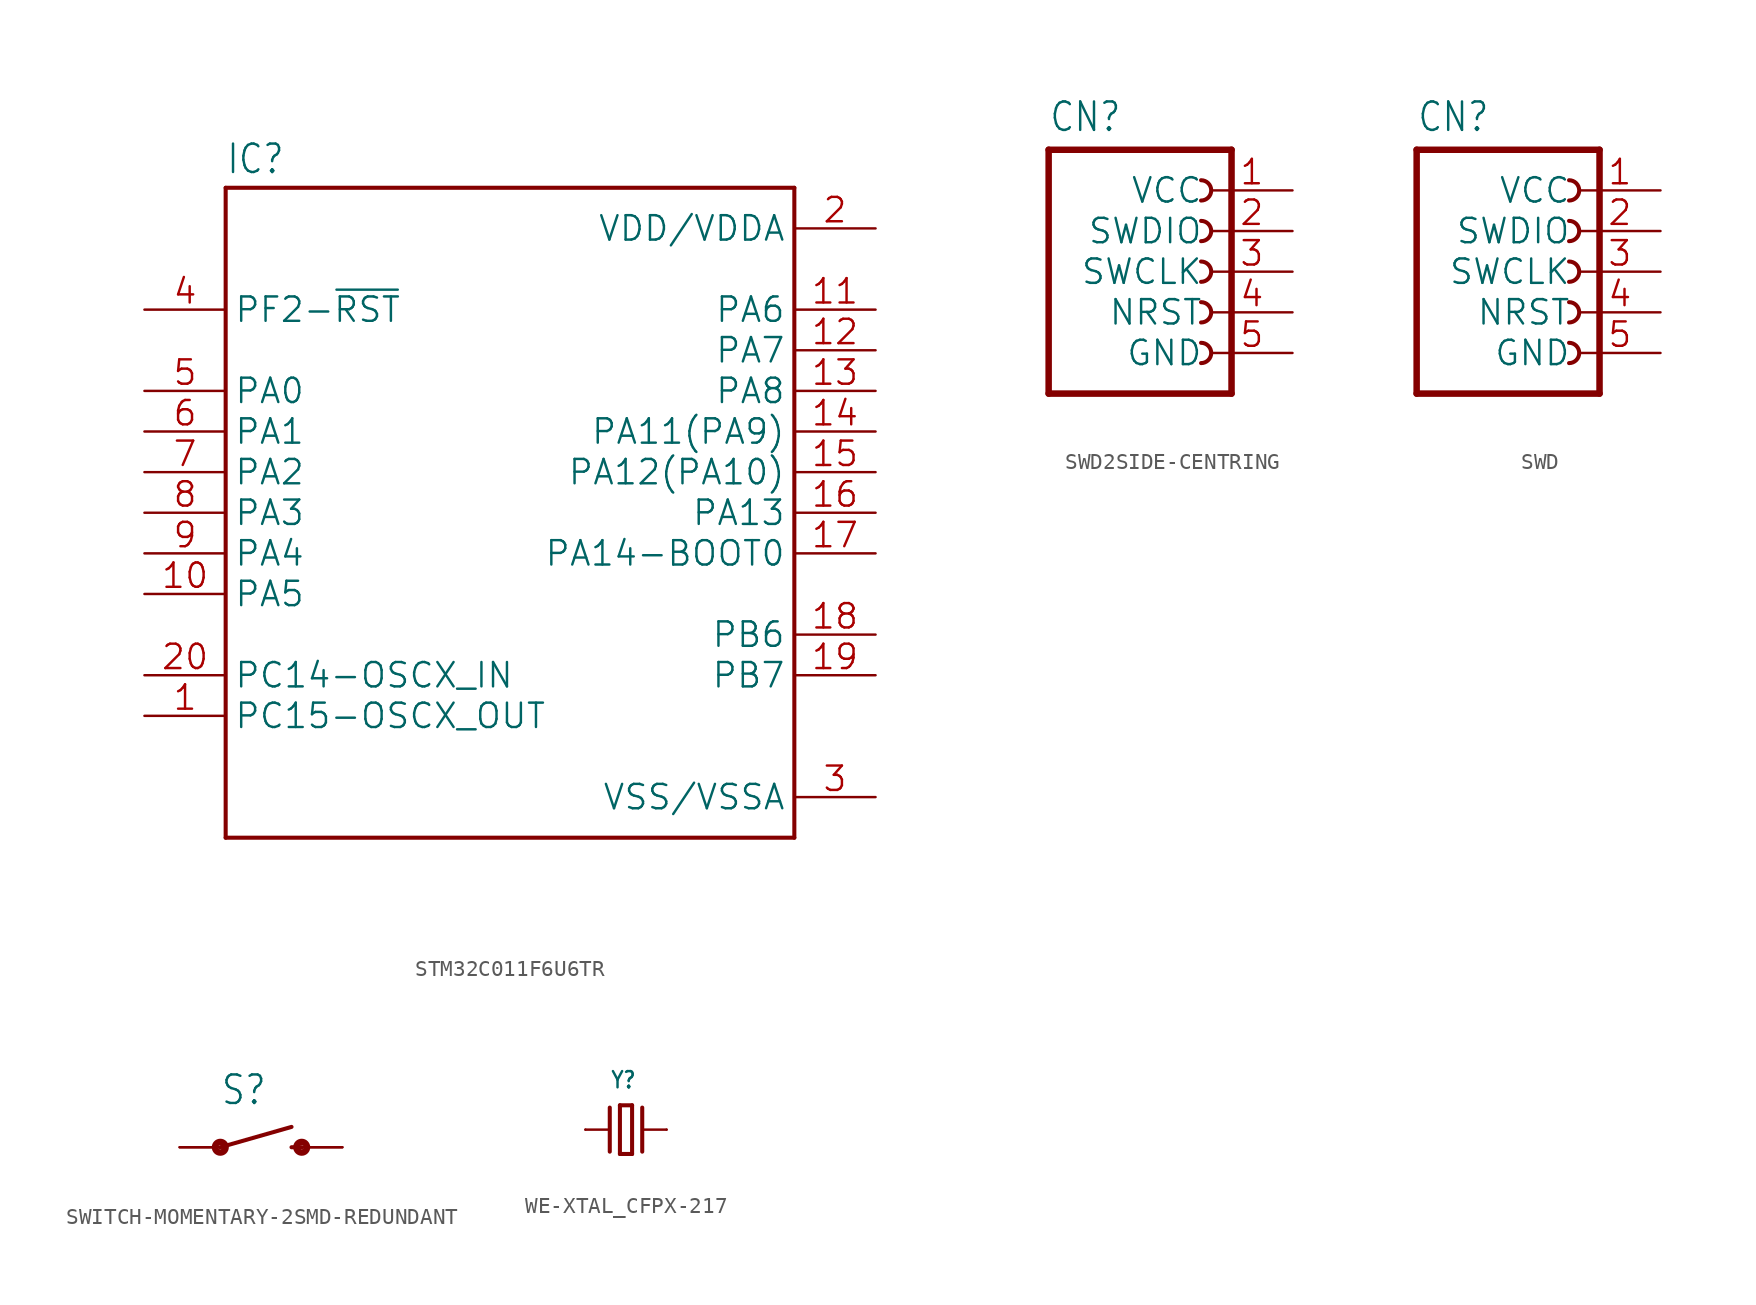
<source format=kicad_sym>
(kicad_symbol_lib
  (version 20241209)
  (generator "kicad_symbol_editor")
  (generator_version "9.0")
  (symbol "STM32C011F6U6TR"
    (property "Reference" "IC"
      (at -17.78 21.082 0)
      (effects (font (size 1.778 1.511)) (justify left bottom)))
    (property "Value" ""
      (at -17.78 -22.86 0)
      (effects (font (size 1.778 1.511)) (justify left bottom)))
    (property "ki_locked" ""
      (at 0 0 0)
      (effects (font (size 1.27 1.27))))
    (symbol "STM32C011F6U6TR_1_0"
      (polyline (pts (xy -17.78 20.32) (xy -17.78 -20.32)) (stroke (width 0.254) (type solid)) (fill (type none)))
      (polyline (pts (xy -17.78 -20.32) (xy 17.78 -20.32)) (stroke (width 0.254) (type solid)) (fill (type none)))
      (polyline (pts (xy 17.78 20.32) (xy -17.78 20.32)) (stroke (width 0.254) (type solid)) (fill (type none)))
      (polyline (pts (xy 17.78 -20.32) (xy 17.78 20.32)) (stroke (width 0.254) (type solid)) (fill (type none)))
      (pin bidirectional line (at -22.86 12.7 0) (length 5.08) (name "PF2-~{RST}" (effects (font (size 1.524 1.524)))) (number "4" (effects (font (size 1.524 1.524)))))
      (pin bidirectional line (at -22.86 7.62 0) (length 5.08) (name "PA0" (effects (font (size 1.524 1.524)))) (number "5" (effects (font (size 1.524 1.524)))))
      (pin bidirectional line (at -22.86 5.08 0) (length 5.08) (name "PA1" (effects (font (size 1.524 1.524)))) (number "6" (effects (font (size 1.524 1.524)))))
      (pin bidirectional line (at -22.86 2.54 0) (length 5.08) (name "PA2" (effects (font (size 1.524 1.524)))) (number "7" (effects (font (size 1.524 1.524)))))
      (pin bidirectional line (at -22.86 0 0) (length 5.08) (name "PA3" (effects (font (size 1.524 1.524)))) (number "8" (effects (font (size 1.524 1.524)))))
      (pin bidirectional line (at -22.86 -2.54 0) (length 5.08) (name "PA4" (effects (font (size 1.524 1.524)))) (number "9" (effects (font (size 1.524 1.524)))))
      (pin bidirectional line (at -22.86 -5.08 0) (length 5.08) (name "PA5" (effects (font (size 1.524 1.524)))) (number "10" (effects (font (size 1.524 1.524)))))
      (pin bidirectional line (at -22.86 -10.16 0) (length 5.08) (name "PC14-OSCX_IN" (effects (font (size 1.524 1.524)))) (number "20" (effects (font (size 1.524 1.524)))))
      (pin bidirectional line (at -22.86 -12.7 0) (length 5.08) (name "PC15-OSCX_OUT" (effects (font (size 1.524 1.524)))) (number "1" (effects (font (size 1.524 1.524)))))
      (pin power_in line (at 22.86 17.78 180) (length 5.08) (name "VDD/VDDA" (effects (font (size 1.524 1.524)))) (number "2" (effects (font (size 1.524 1.524)))))
      (pin bidirectional line (at 22.86 12.7 180) (length 5.08) (name "PA6" (effects (font (size 1.524 1.524)))) (number "11" (effects (font (size 1.524 1.524)))))
      (pin bidirectional line (at 22.86 10.16 180) (length 5.08) (name "PA7" (effects (font (size 1.524 1.524)))) (number "12" (effects (font (size 1.524 1.524)))))
      (pin bidirectional line (at 22.86 7.62 180) (length 5.08) (name "PA8" (effects (font (size 1.524 1.524)))) (number "13" (effects (font (size 1.524 1.524)))))
      (pin bidirectional line (at 22.86 5.08 180) (length 5.08) (name "PA11(PA9)" (effects (font (size 1.524 1.524)))) (number "14" (effects (font (size 1.524 1.524)))))
      (pin bidirectional line (at 22.86 2.54 180) (length 5.08) (name "PA12(PA10)" (effects (font (size 1.524 1.524)))) (number "15" (effects (font (size 1.524 1.524)))))
      (pin bidirectional line (at 22.86 0 180) (length 5.08) (name "PA13" (effects (font (size 1.524 1.524)))) (number "16" (effects (font (size 1.524 1.524)))))
      (pin bidirectional line (at 22.86 -2.54 180) (length 5.08) (name "PA14-BOOT0" (effects (font (size 1.524 1.524)))) (number "17" (effects (font (size 1.524 1.524)))))
      (pin bidirectional line (at 22.86 -7.62 180) (length 5.08) (name "PB6" (effects (font (size 1.524 1.524)))) (number "18" (effects (font (size 1.524 1.524)))))
      (pin bidirectional line (at 22.86 -10.16 180) (length 5.08) (name "PB7" (effects (font (size 1.524 1.524)))) (number "19" (effects (font (size 1.524 1.524)))))
      (pin power_in line (at 22.86 -17.78 180) (length 5.08) (name "VSS/VSSA" (effects (font (size 1.524 1.524)))) (number "3" (effects (font (size 1.524 1.524)))))))
  (symbol "SWD2SIDE-CENTRING"
    (property "Reference" "CN"
      (at -5.08 8.636 0)
      (effects (font (size 1.778 1.511)) (justify left bottom)))
    (property "Value" ""
      (at -5.08 -8.382 0)
      (effects (font (size 1.778 1.511)) (justify left top)))
    (property "ki_locked" ""
      (at 0 0 0)
      (effects (font (size 1.27 1.27))))
    (symbol "SWD2SIDE-CENTRING_1_0"
      (polyline (pts (xy -5.08 -7.62) (xy -5.08 7.62)) (stroke (width 0.406) (type solid)) (fill (type none)))
      (polyline (pts (xy -5.08 -7.62) (xy 6.35 -7.62)) (stroke (width 0.406) (type solid)) (fill (type none)))
      (arc (start 4.445 5.715) (mid 5.08 5.08) (end 4.445 4.445) (stroke (width 0.254) (type solid)) (fill (type none)))
      (arc (start 4.445 3.175) (mid 5.08 2.54) (end 4.445 1.905) (stroke (width 0.254) (type solid)) (fill (type none)))
      (arc (start 4.445 0.635) (mid 5.08 0) (end 4.445 -0.635) (stroke (width 0.254) (type solid)) (fill (type none)))
      (arc (start 4.445 -1.905) (mid 5.08 -2.54) (end 4.445 -3.175) (stroke (width 0.254) (type solid)) (fill (type none)))
      (arc (start 4.445 -4.445) (mid 5.08 -5.08) (end 4.445 -5.715) (stroke (width 0.254) (type solid)) (fill (type none)))
      (polyline (pts (xy 6.35 7.62) (xy -5.08 7.62)) (stroke (width 0.406) (type solid)) (fill (type none)))
      (polyline (pts (xy 6.35 7.62) (xy 6.35 -7.62)) (stroke (width 0.406) (type solid)) (fill (type none)))
      (pin power_in line (at 10.16 5.08 180) (length 5.08) (name "VCC" (effects (font (size 1.524 1.524)))) (number "1" (effects (font (size 1.524 1.524)))))
      (pin output line (at 10.16 2.54 180) (length 5.08) (name "SWDIO" (effects (font (size 1.524 1.524)))) (number "2" (effects (font (size 1.524 1.524)))))
      (pin output line (at 10.16 0 180) (length 5.08) (name "SWCLK" (effects (font (size 1.524 1.524)))) (number "3" (effects (font (size 1.524 1.524)))))
      (pin output line (at 10.16 -2.54 180) (length 5.08) (name "NRST" (effects (font (size 1.524 1.524)))) (number "4" (effects (font (size 1.524 1.524)))))
      (pin power_in line (at 10.16 -5.08 180) (length 5.08) (name "GND" (effects (font (size 1.524 1.524)))) (number "5" (effects (font (size 1.524 1.524)))))))
  (symbol "SWD"
    (property "Reference" "CN"
      (at -5.08 8.636 0)
      (effects (font (size 1.778 1.511)) (justify left bottom)))
    (property "Value" ""
      (at -5.08 -8.382 0)
      (effects (font (size 1.778 1.511)) (justify left top)))
    (property "ki_locked" ""
      (at 0 0 0)
      (effects (font (size 1.27 1.27))))
    (symbol "SWD_1_0"
      (polyline (pts (xy -5.08 -7.62) (xy -5.08 7.62)) (stroke (width 0.406) (type solid)) (fill (type none)))
      (polyline (pts (xy -5.08 -7.62) (xy 6.35 -7.62)) (stroke (width 0.406) (type solid)) (fill (type none)))
      (arc (start 4.445 5.715) (mid 5.08 5.08) (end 4.445 4.445) (stroke (width 0.254) (type solid)) (fill (type none)))
      (arc (start 4.445 3.175) (mid 5.08 2.54) (end 4.445 1.905) (stroke (width 0.254) (type solid)) (fill (type none)))
      (arc (start 4.445 0.635) (mid 5.08 0) (end 4.445 -0.635) (stroke (width 0.254) (type solid)) (fill (type none)))
      (arc (start 4.445 -1.905) (mid 5.08 -2.54) (end 4.445 -3.175) (stroke (width 0.254) (type solid)) (fill (type none)))
      (arc (start 4.445 -4.445) (mid 5.08 -5.08) (end 4.445 -5.715) (stroke (width 0.254) (type solid)) (fill (type none)))
      (polyline (pts (xy 6.35 7.62) (xy -5.08 7.62)) (stroke (width 0.406) (type solid)) (fill (type none)))
      (polyline (pts (xy 6.35 7.62) (xy 6.35 -7.62)) (stroke (width 0.406) (type solid)) (fill (type none)))
      (pin power_in line (at 10.16 5.08 180) (length 5.08) (name "VCC" (effects (font (size 1.524 1.524)))) (number "1" (effects (font (size 1.524 1.524)))))
      (pin output line (at 10.16 2.54 180) (length 5.08) (name "SWDIO" (effects (font (size 1.524 1.524)))) (number "2" (effects (font (size 1.524 1.524)))))
      (pin output line (at 10.16 0 180) (length 5.08) (name "SWCLK" (effects (font (size 1.524 1.524)))) (number "3" (effects (font (size 1.524 1.524)))))
      (pin output line (at 10.16 -2.54 180) (length 5.08) (name "NRST" (effects (font (size 1.524 1.524)))) (number "4" (effects (font (size 1.524 1.524)))))
      (pin power_in line (at 10.16 -5.08 180) (length 5.08) (name "GND" (effects (font (size 1.524 1.524)))) (number "5" (effects (font (size 1.524 1.524)))))))
  (symbol "SWITCH-MOMENTARY-2SMD-REDUNDANT"
    (property "Reference" "S"
      (at -2.54 2.54 0)
      (effects (font (size 1.778 1.511)) (justify left bottom)))
    (property "Value" ""
      (at -2.54 -2.54 0)
      (effects (font (size 1.778 1.511)) (justify left bottom)))
    (property "ki_locked" ""
      (at 0 0 0)
      (effects (font (size 1.27 1.27))))
    (symbol "SWITCH-MOMENTARY-2SMD-REDUNDANT_1_0"
      (circle (center -2.54 0) (radius 0.127) (stroke (width 0.406) (type solid)) (fill (type none)))
      (polyline (pts (xy -2.54 0) (xy 1.905 1.27)) (stroke (width 0.254) (type solid)) (fill (type none)))
      (polyline (pts (xy 1.905 0) (xy 2.54 0)) (stroke (width 0.254) (type solid)) (fill (type none)))
      (circle (center 2.54 0) (radius 0.127) (stroke (width 0.406) (type solid)) (fill (type none)))
      (pin passive line (at -5.08 0 0) (length 2.54) (name "1" (effects (font (size 0 0)))) (number "1" (effects (font (size 0 0)))))
      (pin passive line (at -5.08 0 0) (length 2.54) (name "1" (effects (font (size 0 0)))) (number "2" (effects (font (size 0 0)))))
      (pin passive line (at 5.08 0 180) (length 2.54) (name "2" (effects (font (size 0 0)))) (number "3" (effects (font (size 0 0)))))
      (pin passive line (at 5.08 0 180) (length 2.54) (name "2" (effects (font (size 0 0)))) (number "4" (effects (font (size 0 0)))))))
  (symbol "WE-XTAL_CFPX-217"
    (property "Reference" "Y"
      (at -0.16 2.516 0)
      (effects (font (size 1.016 0.864)) (justify bottom)))
    (property "Value" ""
      (at -2.66 -3.04 0)
      (effects (font (size 1.016 0.864)) (justify left bottom)))
    (property "ki_locked" ""
      (at 0 0 0)
      (effects (font (size 1.27 1.27))))
    (symbol "WE-XTAL_CFPX-217_1_0"
      (polyline (pts (xy -2.54 0) (xy -1.016 0)) (stroke (width 0.152) (type solid)) (fill (type none)))
      (polyline (pts (xy -1.016 1.378) (xy -1.016 -1.378)) (stroke (width 0.254) (type solid)) (fill (type none)))
      (polyline (pts (xy -0.381 1.524) (xy -0.381 -1.524)) (stroke (width 0.254) (type solid)) (fill (type none)))
      (polyline (pts (xy -0.381 -1.524) (xy 0.381 -1.524)) (stroke (width 0.254) (type solid)) (fill (type none)))
      (polyline (pts (xy 0.381 1.524) (xy -0.381 1.524)) (stroke (width 0.254) (type solid)) (fill (type none)))
      (polyline (pts (xy 0.381 -1.524) (xy 0.381 1.524)) (stroke (width 0.254) (type solid)) (fill (type none)))
      (polyline (pts (xy 1.016 1.378) (xy 1.016 -1.378)) (stroke (width 0.254) (type solid)) (fill (type none)))
      (polyline (pts (xy 1.016 0) (xy 2.54 0)) (stroke (width 0.152) (type solid)) (fill (type none)))
      (pin passive line (at -2.54 0 0) (length 0) (name "1" (effects (font (size 0 0)))) (number "1" (effects (font (size 0 0)))))
      (pin passive line (at 2.54 0 180) (length 0) (name "2" (effects (font (size 0 0)))) (number "2" (effects (font (size 0 0))))))))
</source>
